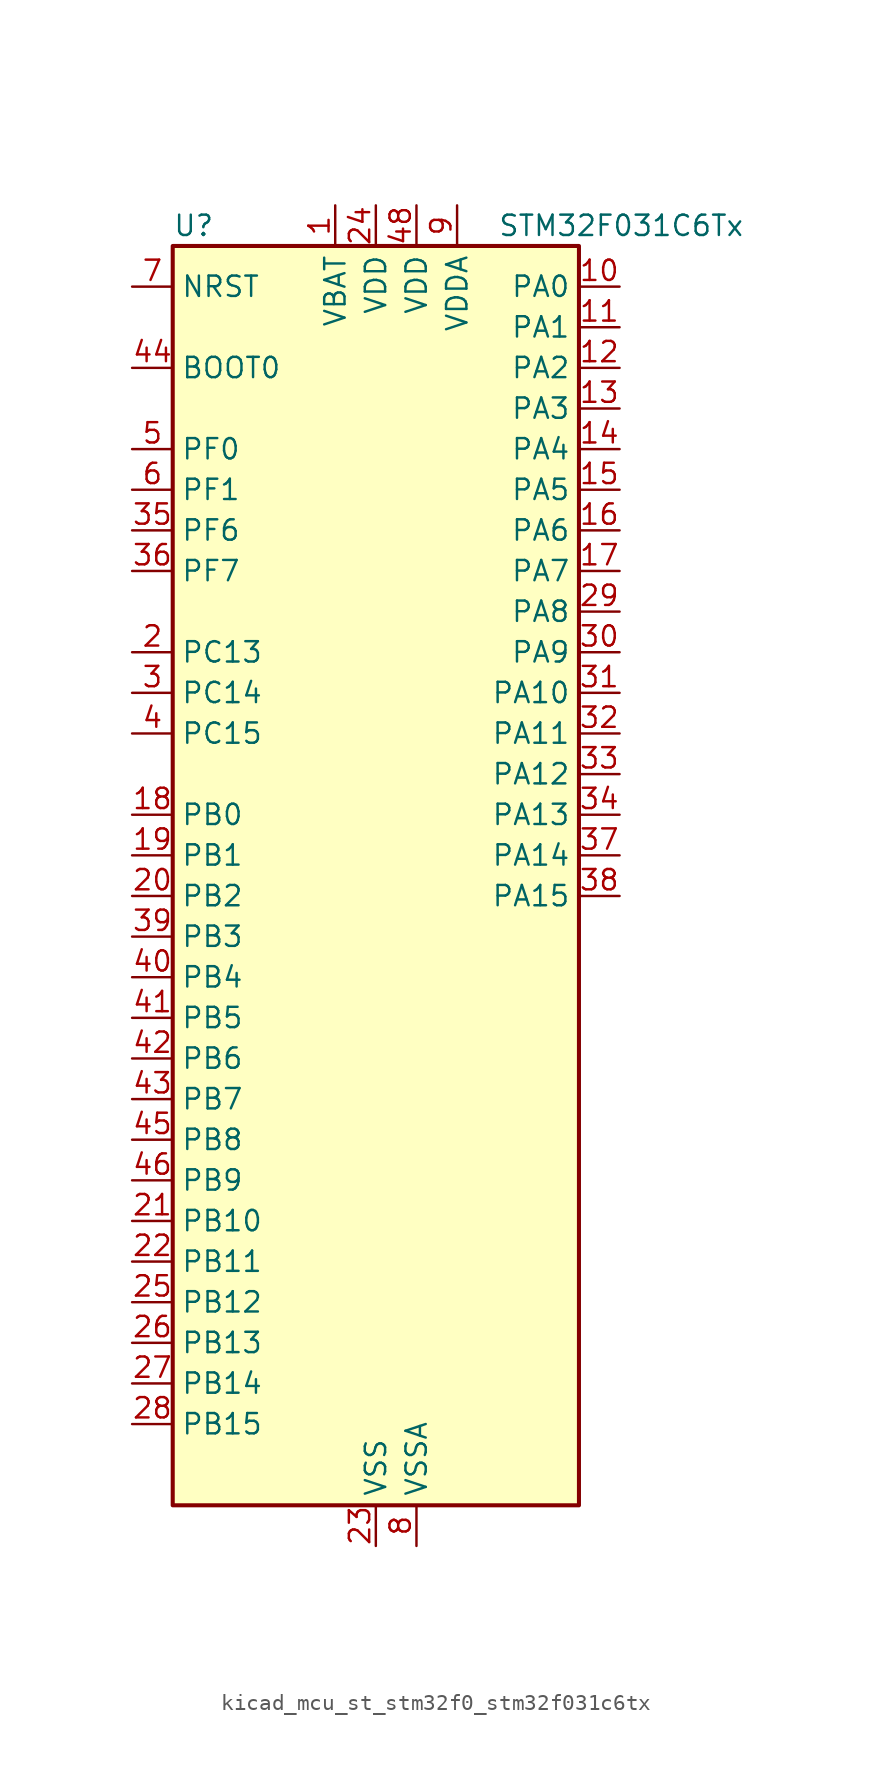
<source format=kicad_sym>
(kicad_symbol_lib
  (version 20220914)
  (generator kicad_symbol_editor)
  (symbol "kicad_mcu_st_stm32f0_stm32f031c6tx"
    (property "Reference" "U"
      (at -12.7 41.91 0)
      (effects (font (size 1.27 1.27)) (justify left)))
    (property "Value" "STM32F031C6Tx"
      (at 7.62 41.91 0)
      (effects (font (size 1.27 1.27)) (justify left)))
    (property "ki_locked" ""
      (at 0 0 0)
      (effects (font (size 1.27 1.27))))
    (symbol "kicad_mcu_st_stm32f0_stm32f031c6tx_0_1"
      (rectangle (start -12.7 -38.1) (end 12.7 40.64) (stroke (width 0.254) (type default)) (fill (type background))))
    (symbol "kicad_mcu_st_stm32f0_stm32f031c6tx_1_1"
      (pin power_in line (at -2.54 43.18 270) (length 2.54) (name "VBAT" (effects (font (size 1.27 1.27)))) (number "1" (effects (font (size 1.27 1.27)))))
      (pin bidirectional line (at 15.24 38.1 180) (length 2.54) (name "PA0" (effects (font (size 1.27 1.27)))) (number "10" (effects (font (size 1.27 1.27)))) (alternate "ADC_IN0" bidirectional line) (alternate "RTC_TAMP2" bidirectional line) (alternate "SYS_WKUP1" bidirectional line) (alternate "TIM2_CH1" bidirectional line) (alternate "TIM2_ETR" bidirectional line) (alternate "USART1_CTS" bidirectional line))
      (pin bidirectional line (at 15.24 35.56 180) (length 2.54) (name "PA1" (effects (font (size 1.27 1.27)))) (number "11" (effects (font (size 1.27 1.27)))) (alternate "ADC_IN1" bidirectional line) (alternate "TIM2_CH2" bidirectional line) (alternate "USART1_DE" bidirectional line) (alternate "USART1_RTS" bidirectional line))
      (pin bidirectional line (at 15.24 33.02 180) (length 2.54) (name "PA2" (effects (font (size 1.27 1.27)))) (number "12" (effects (font (size 1.27 1.27)))) (alternate "ADC_IN2" bidirectional line) (alternate "TIM2_CH3" bidirectional line) (alternate "USART1_TX" bidirectional line))
      (pin bidirectional line (at 15.24 30.48 180) (length 2.54) (name "PA3" (effects (font (size 1.27 1.27)))) (number "13" (effects (font (size 1.27 1.27)))) (alternate "ADC_IN3" bidirectional line) (alternate "TIM2_CH4" bidirectional line) (alternate "USART1_RX" bidirectional line))
      (pin bidirectional line (at 15.24 27.94 180) (length 2.54) (name "PA4" (effects (font (size 1.27 1.27)))) (number "14" (effects (font (size 1.27 1.27)))) (alternate "ADC_IN4" bidirectional line) (alternate "I2S1_WS" bidirectional line) (alternate "SPI1_NSS" bidirectional line) (alternate "TIM14_CH1" bidirectional line) (alternate "USART1_CK" bidirectional line))
      (pin bidirectional line (at 15.24 25.4 180) (length 2.54) (name "PA5" (effects (font (size 1.27 1.27)))) (number "15" (effects (font (size 1.27 1.27)))) (alternate "ADC_IN5" bidirectional line) (alternate "I2S1_CK" bidirectional line) (alternate "SPI1_SCK" bidirectional line) (alternate "TIM2_CH1" bidirectional line) (alternate "TIM2_ETR" bidirectional line))
      (pin bidirectional line (at 15.24 22.86 180) (length 2.54) (name "PA6" (effects (font (size 1.27 1.27)))) (number "16" (effects (font (size 1.27 1.27)))) (alternate "ADC_IN6" bidirectional line) (alternate "I2S1_MCK" bidirectional line) (alternate "SPI1_MISO" bidirectional line) (alternate "TIM16_CH1" bidirectional line) (alternate "TIM1_BKIN" bidirectional line) (alternate "TIM3_CH1" bidirectional line))
      (pin bidirectional line (at 15.24 20.32 180) (length 2.54) (name "PA7" (effects (font (size 1.27 1.27)))) (number "17" (effects (font (size 1.27 1.27)))) (alternate "ADC_IN7" bidirectional line) (alternate "I2S1_SD" bidirectional line) (alternate "SPI1_MOSI" bidirectional line) (alternate "TIM14_CH1" bidirectional line) (alternate "TIM17_CH1" bidirectional line) (alternate "TIM1_CH1N" bidirectional line) (alternate "TIM3_CH2" bidirectional line))
      (pin bidirectional line (at -15.24 5.08 0) (length 2.54) (name "PB0" (effects (font (size 1.27 1.27)))) (number "18" (effects (font (size 1.27 1.27)))) (alternate "ADC_IN8" bidirectional line) (alternate "TIM1_CH2N" bidirectional line) (alternate "TIM3_CH3" bidirectional line))
      (pin bidirectional line (at -15.24 2.54 0) (length 2.54) (name "PB1" (effects (font (size 1.27 1.27)))) (number "19" (effects (font (size 1.27 1.27)))) (alternate "ADC_IN9" bidirectional line) (alternate "TIM14_CH1" bidirectional line) (alternate "TIM1_CH3N" bidirectional line) (alternate "TIM3_CH4" bidirectional line))
      (pin bidirectional line (at -15.24 15.24 0) (length 2.54) (name "PC13" (effects (font (size 1.27 1.27)))) (number "2" (effects (font (size 1.27 1.27)))) (alternate "RTC_OUT_ALARM" bidirectional line) (alternate "RTC_OUT_CALIB" bidirectional line) (alternate "RTC_TAMP1" bidirectional line) (alternate "RTC_TS" bidirectional line) (alternate "SYS_WKUP2" bidirectional line))
      (pin bidirectional line (at -15.24 0 0) (length 2.54) (name "PB2" (effects (font (size 1.27 1.27)))) (number "20" (effects (font (size 1.27 1.27)))))
      (pin bidirectional line (at -15.24 -20.32 0) (length 2.54) (name "PB10" (effects (font (size 1.27 1.27)))) (number "21" (effects (font (size 1.27 1.27)))) (alternate "I2C1_SCL" bidirectional line) (alternate "TIM2_CH3" bidirectional line))
      (pin bidirectional line (at -15.24 -22.86 0) (length 2.54) (name "PB11" (effects (font (size 1.27 1.27)))) (number "22" (effects (font (size 1.27 1.27)))) (alternate "I2C1_SDA" bidirectional line) (alternate "TIM2_CH4" bidirectional line))
      (pin power_in line (at 0 -40.64 90) (length 2.54) (name "VSS" (effects (font (size 1.27 1.27)))) (number "23" (effects (font (size 1.27 1.27)))))
      (pin power_in line (at 0 43.18 270) (length 2.54) (name "VDD" (effects (font (size 1.27 1.27)))) (number "24" (effects (font (size 1.27 1.27)))))
      (pin bidirectional line (at -15.24 -25.4 0) (length 2.54) (name "PB12" (effects (font (size 1.27 1.27)))) (number "25" (effects (font (size 1.27 1.27)))) (alternate "SPI1_NSS" bidirectional line) (alternate "TIM1_BKIN" bidirectional line))
      (pin bidirectional line (at -15.24 -27.94 0) (length 2.54) (name "PB13" (effects (font (size 1.27 1.27)))) (number "26" (effects (font (size 1.27 1.27)))) (alternate "SPI1_SCK" bidirectional line) (alternate "TIM1_CH1N" bidirectional line))
      (pin bidirectional line (at -15.24 -30.48 0) (length 2.54) (name "PB14" (effects (font (size 1.27 1.27)))) (number "27" (effects (font (size 1.27 1.27)))) (alternate "SPI1_MISO" bidirectional line) (alternate "TIM1_CH2N" bidirectional line))
      (pin bidirectional line (at -15.24 -33.02 0) (length 2.54) (name "PB15" (effects (font (size 1.27 1.27)))) (number "28" (effects (font (size 1.27 1.27)))) (alternate "RTC_REFIN" bidirectional line) (alternate "SPI1_MOSI" bidirectional line) (alternate "TIM1_CH3N" bidirectional line))
      (pin bidirectional line (at 15.24 17.78 180) (length 2.54) (name "PA8" (effects (font (size 1.27 1.27)))) (number "29" (effects (font (size 1.27 1.27)))) (alternate "RCC_MCO" bidirectional line) (alternate "TIM1_CH1" bidirectional line) (alternate "USART1_CK" bidirectional line))
      (pin bidirectional line (at -15.24 12.7 0) (length 2.54) (name "PC14" (effects (font (size 1.27 1.27)))) (number "3" (effects (font (size 1.27 1.27)))) (alternate "RCC_OSC32_IN" bidirectional line))
      (pin bidirectional line (at 15.24 15.24 180) (length 2.54) (name "PA9" (effects (font (size 1.27 1.27)))) (number "30" (effects (font (size 1.27 1.27)))) (alternate "I2C1_SCL" bidirectional line) (alternate "TIM1_CH2" bidirectional line) (alternate "USART1_TX" bidirectional line))
      (pin bidirectional line (at 15.24 12.7 180) (length 2.54) (name "PA10" (effects (font (size 1.27 1.27)))) (number "31" (effects (font (size 1.27 1.27)))) (alternate "I2C1_SDA" bidirectional line) (alternate "TIM17_BKIN" bidirectional line) (alternate "TIM1_CH3" bidirectional line) (alternate "USART1_RX" bidirectional line))
      (pin bidirectional line (at 15.24 10.16 180) (length 2.54) (name "PA11" (effects (font (size 1.27 1.27)))) (number "32" (effects (font (size 1.27 1.27)))) (alternate "TIM1_CH4" bidirectional line) (alternate "USART1_CTS" bidirectional line))
      (pin bidirectional line (at 15.24 7.62 180) (length 2.54) (name "PA12" (effects (font (size 1.27 1.27)))) (number "33" (effects (font (size 1.27 1.27)))) (alternate "TIM1_ETR" bidirectional line) (alternate "USART1_DE" bidirectional line) (alternate "USART1_RTS" bidirectional line))
      (pin bidirectional line (at 15.24 5.08 180) (length 2.54) (name "PA13" (effects (font (size 1.27 1.27)))) (number "34" (effects (font (size 1.27 1.27)))) (alternate "IR_OUT" bidirectional line) (alternate "SYS_SWDIO" bidirectional line))
      (pin bidirectional line (at -15.24 22.86 0) (length 2.54) (name "PF6" (effects (font (size 1.27 1.27)))) (number "35" (effects (font (size 1.27 1.27)))) (alternate "I2C1_SCL" bidirectional line))
      (pin bidirectional line (at -15.24 20.32 0) (length 2.54) (name "PF7" (effects (font (size 1.27 1.27)))) (number "36" (effects (font (size 1.27 1.27)))) (alternate "I2C1_SDA" bidirectional line))
      (pin bidirectional line (at 15.24 2.54 180) (length 2.54) (name "PA14" (effects (font (size 1.27 1.27)))) (number "37" (effects (font (size 1.27 1.27)))) (alternate "SYS_SWCLK" bidirectional line) (alternate "USART1_TX" bidirectional line))
      (pin bidirectional line (at 15.24 0 180) (length 2.54) (name "PA15" (effects (font (size 1.27 1.27)))) (number "38" (effects (font (size 1.27 1.27)))) (alternate "I2S1_WS" bidirectional line) (alternate "SPI1_NSS" bidirectional line) (alternate "TIM2_CH1" bidirectional line) (alternate "TIM2_ETR" bidirectional line) (alternate "USART1_RX" bidirectional line))
      (pin bidirectional line (at -15.24 -2.54 0) (length 2.54) (name "PB3" (effects (font (size 1.27 1.27)))) (number "39" (effects (font (size 1.27 1.27)))) (alternate "I2S1_CK" bidirectional line) (alternate "SPI1_SCK" bidirectional line) (alternate "TIM2_CH2" bidirectional line))
      (pin bidirectional line (at -15.24 10.16 0) (length 2.54) (name "PC15" (effects (font (size 1.27 1.27)))) (number "4" (effects (font (size 1.27 1.27)))) (alternate "RCC_OSC32_OUT" bidirectional line))
      (pin bidirectional line (at -15.24 -5.08 0) (length 2.54) (name "PB4" (effects (font (size 1.27 1.27)))) (number "40" (effects (font (size 1.27 1.27)))) (alternate "I2S1_MCK" bidirectional line) (alternate "SPI1_MISO" bidirectional line) (alternate "TIM3_CH1" bidirectional line))
      (pin bidirectional line (at -15.24 -7.62 0) (length 2.54) (name "PB5" (effects (font (size 1.27 1.27)))) (number "41" (effects (font (size 1.27 1.27)))) (alternate "I2C1_SMBA" bidirectional line) (alternate "I2S1_SD" bidirectional line) (alternate "SPI1_MOSI" bidirectional line) (alternate "TIM16_BKIN" bidirectional line) (alternate "TIM3_CH2" bidirectional line))
      (pin bidirectional line (at -15.24 -10.16 0) (length 2.54) (name "PB6" (effects (font (size 1.27 1.27)))) (number "42" (effects (font (size 1.27 1.27)))) (alternate "I2C1_SCL" bidirectional line) (alternate "TIM16_CH1N" bidirectional line) (alternate "USART1_TX" bidirectional line))
      (pin bidirectional line (at -15.24 -12.7 0) (length 2.54) (name "PB7" (effects (font (size 1.27 1.27)))) (number "43" (effects (font (size 1.27 1.27)))) (alternate "I2C1_SDA" bidirectional line) (alternate "TIM17_CH1N" bidirectional line) (alternate "USART1_RX" bidirectional line))
      (pin input line (at -15.24 33.02 0) (length 2.54) (name "BOOT0" (effects (font (size 1.27 1.27)))) (number "44" (effects (font (size 1.27 1.27)))))
      (pin bidirectional line (at -15.24 -15.24 0) (length 2.54) (name "PB8" (effects (font (size 1.27 1.27)))) (number "45" (effects (font (size 1.27 1.27)))) (alternate "I2C1_SCL" bidirectional line) (alternate "TIM16_CH1" bidirectional line))
      (pin bidirectional line (at -15.24 -17.78 0) (length 2.54) (name "PB9" (effects (font (size 1.27 1.27)))) (number "46" (effects (font (size 1.27 1.27)))) (alternate "I2C1_SDA" bidirectional line) (alternate "IR_OUT" bidirectional line) (alternate "TIM17_CH1" bidirectional line))
      (pin passive line (at 0 -40.64 90) (length 2.54) hide (name "VSS" (effects (font (size 1.27 1.27)))) (number "47" (effects (font (size 1.27 1.27)))))
      (pin power_in line (at 2.54 43.18 270) (length 2.54) (name "VDD" (effects (font (size 1.27 1.27)))) (number "48" (effects (font (size 1.27 1.27)))))
      (pin bidirectional line (at -15.24 27.94 0) (length 2.54) (name "PF0" (effects (font (size 1.27 1.27)))) (number "5" (effects (font (size 1.27 1.27)))) (alternate "RCC_OSC_IN" bidirectional line))
      (pin bidirectional line (at -15.24 25.4 0) (length 2.54) (name "PF1" (effects (font (size 1.27 1.27)))) (number "6" (effects (font (size 1.27 1.27)))) (alternate "RCC_OSC_OUT" bidirectional line))
      (pin input line (at -15.24 38.1 0) (length 2.54) (name "NRST" (effects (font (size 1.27 1.27)))) (number "7" (effects (font (size 1.27 1.27)))))
      (pin power_in line (at 2.54 -40.64 90) (length 2.54) (name "VSSA" (effects (font (size 1.27 1.27)))) (number "8" (effects (font (size 1.27 1.27)))))
      (pin power_in line (at 5.08 43.18 270) (length 2.54) (name "VDDA" (effects (font (size 1.27 1.27)))) (number "9" (effects (font (size 1.27 1.27))))))))
</source>
